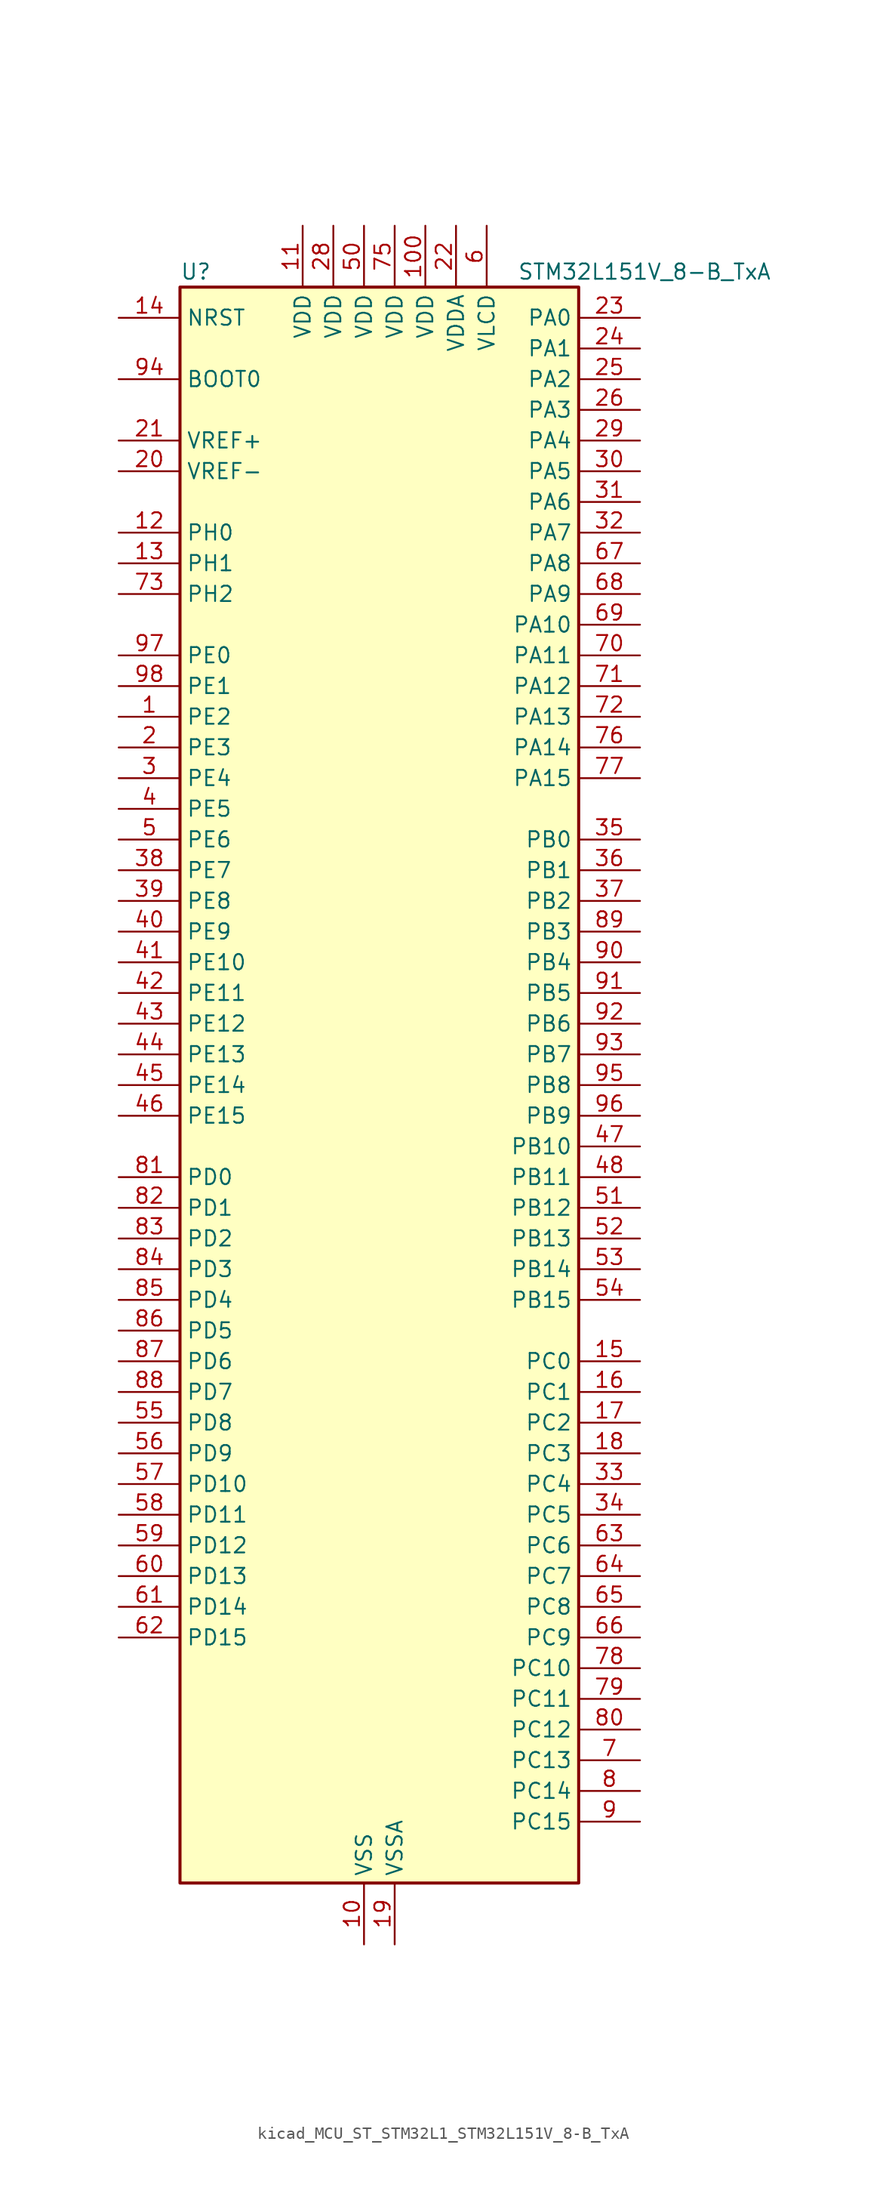
<source format=kicad_sym>
(kicad_symbol_lib
  (version 20220914)
  (generator kicad_symbol_editor)
  (symbol "kicad_MCU_ST_STM32L1_STM32L151V_8-B_TxA"
    (property "Reference" "U"
      (at -15.24 67.31 0)
      (effects (font (size 1.27 1.27)) (justify left)))
    (property "Value" "STM32L151V_8-B_TxA"
      (at 12.7 67.31 0)
      (effects (font (size 1.27 1.27)) (justify left)))
    (property "ki_locked" ""
      (at 0 0 0)
      (effects (font (size 1.27 1.27))))
    (symbol "kicad_MCU_ST_STM32L1_STM32L151V_8-B_TxA_0_1"
      (rectangle (start -15.24 -66.04) (end 17.78 66.04) (stroke (width 0.254) (type default)) (fill (type background))))
    (symbol "kicad_MCU_ST_STM32L1_STM32L151V_8-B_TxA_1_1"
      (pin bidirectional line (at -20.32 30.48 0) (length 5.08) (name "PE2" (effects (font (size 1.27 1.27)))) (number "1" (effects (font (size 1.27 1.27)))) (alternate "SYS_TRACECK" bidirectional line) (alternate "TIM3_ETR" bidirectional line) (alternate "TIMX_IC3" bidirectional line))
      (pin power_in line (at 0 -71.12 90) (length 5.08) (name "VSS" (effects (font (size 1.27 1.27)))) (number "10" (effects (font (size 1.27 1.27)))))
      (pin power_in line (at 5.08 71.12 270) (length 5.08) (name "VDD" (effects (font (size 1.27 1.27)))) (number "100" (effects (font (size 1.27 1.27)))))
      (pin power_in line (at -5.08 71.12 270) (length 5.08) (name "VDD" (effects (font (size 1.27 1.27)))) (number "11" (effects (font (size 1.27 1.27)))))
      (pin bidirectional line (at -20.32 45.72 0) (length 5.08) (name "PH0" (effects (font (size 1.27 1.27)))) (number "12" (effects (font (size 1.27 1.27)))) (alternate "RCC_OSC_IN" bidirectional line))
      (pin bidirectional line (at -20.32 43.18 0) (length 5.08) (name "PH1" (effects (font (size 1.27 1.27)))) (number "13" (effects (font (size 1.27 1.27)))) (alternate "RCC_OSC_OUT" bidirectional line))
      (pin input line (at -20.32 63.5 0) (length 5.08) (name "NRST" (effects (font (size 1.27 1.27)))) (number "14" (effects (font (size 1.27 1.27)))))
      (pin bidirectional line (at 22.86 -22.86 180) (length 5.08) (name "PC0" (effects (font (size 1.27 1.27)))) (number "15" (effects (font (size 1.27 1.27)))) (alternate "ADC_IN10" bidirectional line) (alternate "COMP1_INP" bidirectional line) (alternate "TIMX_IC1" bidirectional line) (alternate "TS_G8_IO1" bidirectional line))
      (pin bidirectional line (at 22.86 -25.4 180) (length 5.08) (name "PC1" (effects (font (size 1.27 1.27)))) (number "16" (effects (font (size 1.27 1.27)))) (alternate "ADC_IN11" bidirectional line) (alternate "COMP1_INP" bidirectional line) (alternate "TIMX_IC2" bidirectional line) (alternate "TS_G8_IO2" bidirectional line))
      (pin bidirectional line (at 22.86 -27.94 180) (length 5.08) (name "PC2" (effects (font (size 1.27 1.27)))) (number "17" (effects (font (size 1.27 1.27)))) (alternate "ADC_IN12" bidirectional line) (alternate "COMP1_INP" bidirectional line) (alternate "TIMX_IC3" bidirectional line) (alternate "TS_G8_IO3" bidirectional line))
      (pin bidirectional line (at 22.86 -30.48 180) (length 5.08) (name "PC3" (effects (font (size 1.27 1.27)))) (number "18" (effects (font (size 1.27 1.27)))) (alternate "ADC_IN13" bidirectional line) (alternate "COMP1_INP" bidirectional line) (alternate "TIMX_IC4" bidirectional line) (alternate "TS_G8_IO4" bidirectional line))
      (pin power_in line (at 2.54 -71.12 90) (length 5.08) (name "VSSA" (effects (font (size 1.27 1.27)))) (number "19" (effects (font (size 1.27 1.27)))))
      (pin bidirectional line (at -20.32 27.94 0) (length 5.08) (name "PE3" (effects (font (size 1.27 1.27)))) (number "2" (effects (font (size 1.27 1.27)))) (alternate "SYS_TRACED0" bidirectional line) (alternate "TIM3_CH1" bidirectional line) (alternate "TIMX_IC4" bidirectional line))
      (pin input line (at -20.32 50.8 0) (length 5.08) (name "VREF-" (effects (font (size 1.27 1.27)))) (number "20" (effects (font (size 1.27 1.27)))))
      (pin input line (at -20.32 53.34 0) (length 5.08) (name "VREF+" (effects (font (size 1.27 1.27)))) (number "21" (effects (font (size 1.27 1.27)))))
      (pin power_in line (at 7.62 71.12 270) (length 5.08) (name "VDDA" (effects (font (size 1.27 1.27)))) (number "22" (effects (font (size 1.27 1.27)))))
      (pin bidirectional line (at 22.86 63.5 180) (length 5.08) (name "PA0" (effects (font (size 1.27 1.27)))) (number "23" (effects (font (size 1.27 1.27)))) (alternate "ADC_IN0" bidirectional line) (alternate "COMP1_INP" bidirectional line) (alternate "RTC_TAMP2" bidirectional line) (alternate "SYS_WKUP1" bidirectional line) (alternate "TIM2_CH1" bidirectional line) (alternate "TIM2_ETR" bidirectional line) (alternate "TIMX_IC1" bidirectional line) (alternate "TS_G1_IO1" bidirectional line) (alternate "USART2_CTS" bidirectional line))
      (pin bidirectional line (at 22.86 60.96 180) (length 5.08) (name "PA1" (effects (font (size 1.27 1.27)))) (number "24" (effects (font (size 1.27 1.27)))) (alternate "ADC_IN1" bidirectional line) (alternate "COMP1_INP" bidirectional line) (alternate "TIM2_CH2" bidirectional line) (alternate "TIMX_IC2" bidirectional line) (alternate "TS_G1_IO2" bidirectional line) (alternate "USART2_RTS" bidirectional line))
      (pin bidirectional line (at 22.86 58.42 180) (length 5.08) (name "PA2" (effects (font (size 1.27 1.27)))) (number "25" (effects (font (size 1.27 1.27)))) (alternate "ADC_IN2" bidirectional line) (alternate "COMP1_INP" bidirectional line) (alternate "TIM2_CH3" bidirectional line) (alternate "TIM9_CH1" bidirectional line) (alternate "TIMX_IC3" bidirectional line) (alternate "TS_G1_IO3" bidirectional line) (alternate "USART2_TX" bidirectional line))
      (pin bidirectional line (at 22.86 55.88 180) (length 5.08) (name "PA3" (effects (font (size 1.27 1.27)))) (number "26" (effects (font (size 1.27 1.27)))) (alternate "ADC_IN3" bidirectional line) (alternate "COMP1_INP" bidirectional line) (alternate "TIM2_CH4" bidirectional line) (alternate "TIM9_CH2" bidirectional line) (alternate "TIMX_IC4" bidirectional line) (alternate "TS_G1_IO4" bidirectional line) (alternate "USART2_RX" bidirectional line))
      (pin passive line (at 0 -71.12 90) (length 5.08) hide (name "VSS" (effects (font (size 1.27 1.27)))) (number "27" (effects (font (size 1.27 1.27)))))
      (pin power_in line (at -2.54 71.12 270) (length 5.08) (name "VDD" (effects (font (size 1.27 1.27)))) (number "28" (effects (font (size 1.27 1.27)))))
      (pin bidirectional line (at 22.86 53.34 180) (length 5.08) (name "PA4" (effects (font (size 1.27 1.27)))) (number "29" (effects (font (size 1.27 1.27)))) (alternate "ADC_IN4" bidirectional line) (alternate "COMP1_INP" bidirectional line) (alternate "DAC_OUT1" bidirectional line) (alternate "SPI1_NSS" bidirectional line) (alternate "TIMX_IC1" bidirectional line) (alternate "USART2_CK" bidirectional line))
      (pin bidirectional line (at -20.32 25.4 0) (length 5.08) (name "PE4" (effects (font (size 1.27 1.27)))) (number "3" (effects (font (size 1.27 1.27)))) (alternate "SYS_TRACED1" bidirectional line) (alternate "TIM3_CH2" bidirectional line) (alternate "TIMX_IC1" bidirectional line))
      (pin bidirectional line (at 22.86 50.8 180) (length 5.08) (name "PA5" (effects (font (size 1.27 1.27)))) (number "30" (effects (font (size 1.27 1.27)))) (alternate "ADC_IN5" bidirectional line) (alternate "COMP1_INP" bidirectional line) (alternate "DAC_OUT2" bidirectional line) (alternate "SPI1_SCK" bidirectional line) (alternate "TIM2_CH1" bidirectional line) (alternate "TIM2_ETR" bidirectional line) (alternate "TIMX_IC2" bidirectional line))
      (pin bidirectional line (at 22.86 48.26 180) (length 5.08) (name "PA6" (effects (font (size 1.27 1.27)))) (number "31" (effects (font (size 1.27 1.27)))) (alternate "ADC_IN6" bidirectional line) (alternate "COMP1_INP" bidirectional line) (alternate "SPI1_MISO" bidirectional line) (alternate "TIM10_CH1" bidirectional line) (alternate "TIM3_CH1" bidirectional line) (alternate "TIMX_IC3" bidirectional line) (alternate "TS_G2_IO1" bidirectional line))
      (pin bidirectional line (at 22.86 45.72 180) (length 5.08) (name "PA7" (effects (font (size 1.27 1.27)))) (number "32" (effects (font (size 1.27 1.27)))) (alternate "ADC_IN7" bidirectional line) (alternate "COMP1_INP" bidirectional line) (alternate "SPI1_MOSI" bidirectional line) (alternate "TIM11_CH1" bidirectional line) (alternate "TIM3_CH2" bidirectional line) (alternate "TIMX_IC4" bidirectional line) (alternate "TS_G2_IO2" bidirectional line))
      (pin bidirectional line (at 22.86 -33.02 180) (length 5.08) (name "PC4" (effects (font (size 1.27 1.27)))) (number "33" (effects (font (size 1.27 1.27)))) (alternate "ADC_IN14" bidirectional line) (alternate "COMP1_INP" bidirectional line) (alternate "TIMX_IC1" bidirectional line) (alternate "TS_G9_IO1" bidirectional line))
      (pin bidirectional line (at 22.86 -35.56 180) (length 5.08) (name "PC5" (effects (font (size 1.27 1.27)))) (number "34" (effects (font (size 1.27 1.27)))) (alternate "ADC_IN15" bidirectional line) (alternate "COMP1_INP" bidirectional line) (alternate "TIMX_IC2" bidirectional line) (alternate "TS_G9_IO2" bidirectional line))
      (pin bidirectional line (at 22.86 20.32 180) (length 5.08) (name "PB0" (effects (font (size 1.27 1.27)))) (number "35" (effects (font (size 1.27 1.27)))) (alternate "ADC_IN8" bidirectional line) (alternate "COMP1_INP" bidirectional line) (alternate "SYS_V_REF_OUT" bidirectional line) (alternate "TIM3_CH3" bidirectional line) (alternate "TS_G3_IO1" bidirectional line))
      (pin bidirectional line (at 22.86 17.78 180) (length 5.08) (name "PB1" (effects (font (size 1.27 1.27)))) (number "36" (effects (font (size 1.27 1.27)))) (alternate "ADC_IN9" bidirectional line) (alternate "COMP1_INP" bidirectional line) (alternate "SYS_V_REF_OUT" bidirectional line) (alternate "TIM3_CH4" bidirectional line) (alternate "TS_G3_IO2" bidirectional line))
      (pin bidirectional line (at 22.86 15.24 180) (length 5.08) (name "PB2" (effects (font (size 1.27 1.27)))) (number "37" (effects (font (size 1.27 1.27)))) (alternate "TS_G3_IO3" bidirectional line))
      (pin bidirectional line (at -20.32 17.78 0) (length 5.08) (name "PE7" (effects (font (size 1.27 1.27)))) (number "38" (effects (font (size 1.27 1.27)))) (alternate "ADC_IN22" bidirectional line) (alternate "COMP1_INP" bidirectional line) (alternate "TIMX_IC4" bidirectional line))
      (pin bidirectional line (at -20.32 15.24 0) (length 5.08) (name "PE8" (effects (font (size 1.27 1.27)))) (number "39" (effects (font (size 1.27 1.27)))) (alternate "ADC_IN23" bidirectional line) (alternate "COMP1_INP" bidirectional line) (alternate "TIMX_IC1" bidirectional line))
      (pin bidirectional line (at -20.32 22.86 0) (length 5.08) (name "PE5" (effects (font (size 1.27 1.27)))) (number "4" (effects (font (size 1.27 1.27)))) (alternate "SYS_TRACED2" bidirectional line) (alternate "TIM9_CH1" bidirectional line) (alternate "TIMX_IC2" bidirectional line))
      (pin bidirectional line (at -20.32 12.7 0) (length 5.08) (name "PE9" (effects (font (size 1.27 1.27)))) (number "40" (effects (font (size 1.27 1.27)))) (alternate "ADC_IN24" bidirectional line) (alternate "COMP1_INP" bidirectional line) (alternate "DAC_EXTI9" bidirectional line) (alternate "TIM2_CH1" bidirectional line) (alternate "TIM2_ETR" bidirectional line) (alternate "TIMX_IC2" bidirectional line))
      (pin bidirectional line (at -20.32 10.16 0) (length 5.08) (name "PE10" (effects (font (size 1.27 1.27)))) (number "41" (effects (font (size 1.27 1.27)))) (alternate "ADC_IN25" bidirectional line) (alternate "COMP1_INP" bidirectional line) (alternate "TIM2_CH2" bidirectional line) (alternate "TIMX_IC3" bidirectional line))
      (pin bidirectional line (at -20.32 7.62 0) (length 5.08) (name "PE11" (effects (font (size 1.27 1.27)))) (number "42" (effects (font (size 1.27 1.27)))) (alternate "ADC_EXTI11" bidirectional line) (alternate "TIM2_CH3" bidirectional line) (alternate "TIMX_IC4" bidirectional line))
      (pin bidirectional line (at -20.32 5.08 0) (length 5.08) (name "PE12" (effects (font (size 1.27 1.27)))) (number "43" (effects (font (size 1.27 1.27)))) (alternate "SPI1_NSS" bidirectional line) (alternate "TIM2_CH4" bidirectional line) (alternate "TIMX_IC1" bidirectional line))
      (pin bidirectional line (at -20.32 2.54 0) (length 5.08) (name "PE13" (effects (font (size 1.27 1.27)))) (number "44" (effects (font (size 1.27 1.27)))) (alternate "SPI1_SCK" bidirectional line) (alternate "TIMX_IC2" bidirectional line))
      (pin bidirectional line (at -20.32 0 0) (length 5.08) (name "PE14" (effects (font (size 1.27 1.27)))) (number "45" (effects (font (size 1.27 1.27)))) (alternate "SPI1_MISO" bidirectional line) (alternate "TIMX_IC3" bidirectional line))
      (pin bidirectional line (at -20.32 -2.54 0) (length 5.08) (name "PE15" (effects (font (size 1.27 1.27)))) (number "46" (effects (font (size 1.27 1.27)))) (alternate "ADC_EXTI15" bidirectional line) (alternate "SPI1_MOSI" bidirectional line) (alternate "TIMX_IC4" bidirectional line))
      (pin bidirectional line (at 22.86 -5.08 180) (length 5.08) (name "PB10" (effects (font (size 1.27 1.27)))) (number "47" (effects (font (size 1.27 1.27)))) (alternate "I2C2_SCL" bidirectional line) (alternate "TIM2_CH3" bidirectional line) (alternate "USART3_TX" bidirectional line))
      (pin bidirectional line (at 22.86 -7.62 180) (length 5.08) (name "PB11" (effects (font (size 1.27 1.27)))) (number "48" (effects (font (size 1.27 1.27)))) (alternate "ADC_EXTI11" bidirectional line) (alternate "I2C2_SDA" bidirectional line) (alternate "TIM2_CH4" bidirectional line) (alternate "USART3_RX" bidirectional line))
      (pin passive line (at 0 -71.12 90) (length 5.08) hide (name "VSS" (effects (font (size 1.27 1.27)))) (number "49" (effects (font (size 1.27 1.27)))))
      (pin bidirectional line (at -20.32 20.32 0) (length 5.08) (name "PE6" (effects (font (size 1.27 1.27)))) (number "5" (effects (font (size 1.27 1.27)))) (alternate "RTC_TAMP3" bidirectional line) (alternate "SYS_TRACED3" bidirectional line) (alternate "SYS_WKUP3" bidirectional line) (alternate "TIM9_CH2" bidirectional line) (alternate "TIMX_IC3" bidirectional line))
      (pin power_in line (at 0 71.12 270) (length 5.08) (name "VDD" (effects (font (size 1.27 1.27)))) (number "50" (effects (font (size 1.27 1.27)))))
      (pin bidirectional line (at 22.86 -10.16 180) (length 5.08) (name "PB12" (effects (font (size 1.27 1.27)))) (number "51" (effects (font (size 1.27 1.27)))) (alternate "ADC_IN18" bidirectional line) (alternate "COMP1_INP" bidirectional line) (alternate "I2C2_SMBA" bidirectional line) (alternate "SPI2_NSS" bidirectional line) (alternate "TIM10_CH1" bidirectional line) (alternate "TS_G7_IO1" bidirectional line) (alternate "USART3_CK" bidirectional line))
      (pin bidirectional line (at 22.86 -12.7 180) (length 5.08) (name "PB13" (effects (font (size 1.27 1.27)))) (number "52" (effects (font (size 1.27 1.27)))) (alternate "ADC_IN19" bidirectional line) (alternate "COMP1_INP" bidirectional line) (alternate "SPI2_SCK" bidirectional line) (alternate "TIM9_CH1" bidirectional line) (alternate "TS_G7_IO2" bidirectional line) (alternate "USART3_CTS" bidirectional line))
      (pin bidirectional line (at 22.86 -15.24 180) (length 5.08) (name "PB14" (effects (font (size 1.27 1.27)))) (number "53" (effects (font (size 1.27 1.27)))) (alternate "ADC_IN20" bidirectional line) (alternate "COMP1_INP" bidirectional line) (alternate "SPI2_MISO" bidirectional line) (alternate "TIM9_CH2" bidirectional line) (alternate "TS_G7_IO3" bidirectional line) (alternate "USART3_RTS" bidirectional line))
      (pin bidirectional line (at 22.86 -17.78 180) (length 5.08) (name "PB15" (effects (font (size 1.27 1.27)))) (number "54" (effects (font (size 1.27 1.27)))) (alternate "ADC_EXTI15" bidirectional line) (alternate "ADC_IN21" bidirectional line) (alternate "COMP1_INP" bidirectional line) (alternate "RTC_REFIN" bidirectional line) (alternate "SPI2_MOSI" bidirectional line) (alternate "TIM11_CH1" bidirectional line) (alternate "TS_G7_IO4" bidirectional line))
      (pin bidirectional line (at -20.32 -27.94 0) (length 5.08) (name "PD8" (effects (font (size 1.27 1.27)))) (number "55" (effects (font (size 1.27 1.27)))) (alternate "TIMX_IC1" bidirectional line) (alternate "USART3_TX" bidirectional line))
      (pin bidirectional line (at -20.32 -30.48 0) (length 5.08) (name "PD9" (effects (font (size 1.27 1.27)))) (number "56" (effects (font (size 1.27 1.27)))) (alternate "DAC_EXTI9" bidirectional line) (alternate "TIMX_IC2" bidirectional line) (alternate "USART3_RX" bidirectional line))
      (pin bidirectional line (at -20.32 -33.02 0) (length 5.08) (name "PD10" (effects (font (size 1.27 1.27)))) (number "57" (effects (font (size 1.27 1.27)))) (alternate "TIMX_IC3" bidirectional line) (alternate "USART3_CK" bidirectional line))
      (pin bidirectional line (at -20.32 -35.56 0) (length 5.08) (name "PD11" (effects (font (size 1.27 1.27)))) (number "58" (effects (font (size 1.27 1.27)))) (alternate "ADC_EXTI11" bidirectional line) (alternate "TIMX_IC4" bidirectional line) (alternate "USART3_CTS" bidirectional line))
      (pin bidirectional line (at -20.32 -38.1 0) (length 5.08) (name "PD12" (effects (font (size 1.27 1.27)))) (number "59" (effects (font (size 1.27 1.27)))) (alternate "TIM4_CH1" bidirectional line) (alternate "TIMX_IC1" bidirectional line) (alternate "USART3_RTS" bidirectional line))
      (pin power_in line (at 10.16 71.12 270) (length 5.08) (name "VLCD" (effects (font (size 1.27 1.27)))) (number "6" (effects (font (size 1.27 1.27)))))
      (pin bidirectional line (at -20.32 -40.64 0) (length 5.08) (name "PD13" (effects (font (size 1.27 1.27)))) (number "60" (effects (font (size 1.27 1.27)))) (alternate "TIM4_CH2" bidirectional line) (alternate "TIMX_IC2" bidirectional line))
      (pin bidirectional line (at -20.32 -43.18 0) (length 5.08) (name "PD14" (effects (font (size 1.27 1.27)))) (number "61" (effects (font (size 1.27 1.27)))) (alternate "TIM4_CH3" bidirectional line) (alternate "TIMX_IC3" bidirectional line))
      (pin bidirectional line (at -20.32 -45.72 0) (length 5.08) (name "PD15" (effects (font (size 1.27 1.27)))) (number "62" (effects (font (size 1.27 1.27)))) (alternate "ADC_EXTI15" bidirectional line) (alternate "TIM4_CH4" bidirectional line) (alternate "TIMX_IC4" bidirectional line))
      (pin bidirectional line (at 22.86 -38.1 180) (length 5.08) (name "PC6" (effects (font (size 1.27 1.27)))) (number "63" (effects (font (size 1.27 1.27)))) (alternate "TIM3_CH1" bidirectional line) (alternate "TIMX_IC3" bidirectional line) (alternate "TS_G10_IO1" bidirectional line))
      (pin bidirectional line (at 22.86 -40.64 180) (length 5.08) (name "PC7" (effects (font (size 1.27 1.27)))) (number "64" (effects (font (size 1.27 1.27)))) (alternate "TIM3_CH2" bidirectional line) (alternate "TIMX_IC4" bidirectional line) (alternate "TS_G10_IO2" bidirectional line))
      (pin bidirectional line (at 22.86 -43.18 180) (length 5.08) (name "PC8" (effects (font (size 1.27 1.27)))) (number "65" (effects (font (size 1.27 1.27)))) (alternate "TIM3_CH3" bidirectional line) (alternate "TIMX_IC1" bidirectional line) (alternate "TS_G10_IO3" bidirectional line))
      (pin bidirectional line (at 22.86 -45.72 180) (length 5.08) (name "PC9" (effects (font (size 1.27 1.27)))) (number "66" (effects (font (size 1.27 1.27)))) (alternate "DAC_EXTI9" bidirectional line) (alternate "TIM3_CH4" bidirectional line) (alternate "TIMX_IC2" bidirectional line) (alternate "TS_G10_IO4" bidirectional line))
      (pin bidirectional line (at 22.86 43.18 180) (length 5.08) (name "PA8" (effects (font (size 1.27 1.27)))) (number "67" (effects (font (size 1.27 1.27)))) (alternate "RCC_MCO" bidirectional line) (alternate "TIMX_IC1" bidirectional line) (alternate "TS_G4_IO1" bidirectional line) (alternate "USART1_CK" bidirectional line))
      (pin bidirectional line (at 22.86 40.64 180) (length 5.08) (name "PA9" (effects (font (size 1.27 1.27)))) (number "68" (effects (font (size 1.27 1.27)))) (alternate "DAC_EXTI9" bidirectional line) (alternate "TIMX_IC2" bidirectional line) (alternate "TS_G4_IO2" bidirectional line) (alternate "USART1_TX" bidirectional line))
      (pin bidirectional line (at 22.86 38.1 180) (length 5.08) (name "PA10" (effects (font (size 1.27 1.27)))) (number "69" (effects (font (size 1.27 1.27)))) (alternate "TIMX_IC3" bidirectional line) (alternate "TS_G4_IO3" bidirectional line) (alternate "USART1_RX" bidirectional line))
      (pin bidirectional line (at 22.86 -55.88 180) (length 5.08) (name "PC13" (effects (font (size 1.27 1.27)))) (number "7" (effects (font (size 1.27 1.27)))) (alternate "RTC_OUT_ALARM" bidirectional line) (alternate "RTC_OUT_CALIB" bidirectional line) (alternate "RTC_TAMP1" bidirectional line) (alternate "RTC_TS" bidirectional line) (alternate "SYS_WKUP2" bidirectional line) (alternate "TIMX_IC2" bidirectional line))
      (pin bidirectional line (at 22.86 35.56 180) (length 5.08) (name "PA11" (effects (font (size 1.27 1.27)))) (number "70" (effects (font (size 1.27 1.27)))) (alternate "ADC_EXTI11" bidirectional line) (alternate "SPI1_MISO" bidirectional line) (alternate "TIMX_IC4" bidirectional line) (alternate "USART1_CTS" bidirectional line) (alternate "USB_DM" bidirectional line))
      (pin bidirectional line (at 22.86 33.02 180) (length 5.08) (name "PA12" (effects (font (size 1.27 1.27)))) (number "71" (effects (font (size 1.27 1.27)))) (alternate "SPI1_MOSI" bidirectional line) (alternate "TIMX_IC1" bidirectional line) (alternate "USART1_RTS" bidirectional line) (alternate "USB_DP" bidirectional line))
      (pin bidirectional line (at 22.86 30.48 180) (length 5.08) (name "PA13" (effects (font (size 1.27 1.27)))) (number "72" (effects (font (size 1.27 1.27)))) (alternate "SYS_JTMS-SWDIO" bidirectional line) (alternate "TIMX_IC2" bidirectional line) (alternate "TS_G5_IO1" bidirectional line))
      (pin bidirectional line (at -20.32 40.64 0) (length 5.08) (name "PH2" (effects (font (size 1.27 1.27)))) (number "73" (effects (font (size 1.27 1.27)))))
      (pin passive line (at 0 -71.12 90) (length 5.08) hide (name "VSS" (effects (font (size 1.27 1.27)))) (number "74" (effects (font (size 1.27 1.27)))))
      (pin power_in line (at 2.54 71.12 270) (length 5.08) (name "VDD" (effects (font (size 1.27 1.27)))) (number "75" (effects (font (size 1.27 1.27)))))
      (pin bidirectional line (at 22.86 27.94 180) (length 5.08) (name "PA14" (effects (font (size 1.27 1.27)))) (number "76" (effects (font (size 1.27 1.27)))) (alternate "SYS_JTCK-SWCLK" bidirectional line) (alternate "TIMX_IC3" bidirectional line) (alternate "TS_G5_IO2" bidirectional line))
      (pin bidirectional line (at 22.86 25.4 180) (length 5.08) (name "PA15" (effects (font (size 1.27 1.27)))) (number "77" (effects (font (size 1.27 1.27)))) (alternate "ADC_EXTI15" bidirectional line) (alternate "SPI1_NSS" bidirectional line) (alternate "SYS_JTDI" bidirectional line) (alternate "TIM2_CH1" bidirectional line) (alternate "TIM2_ETR" bidirectional line) (alternate "TIMX_IC4" bidirectional line) (alternate "TS_G5_IO3" bidirectional line))
      (pin bidirectional line (at 22.86 -48.26 180) (length 5.08) (name "PC10" (effects (font (size 1.27 1.27)))) (number "78" (effects (font (size 1.27 1.27)))) (alternate "TIMX_IC3" bidirectional line) (alternate "USART3_TX" bidirectional line))
      (pin bidirectional line (at 22.86 -50.8 180) (length 5.08) (name "PC11" (effects (font (size 1.27 1.27)))) (number "79" (effects (font (size 1.27 1.27)))) (alternate "ADC_EXTI11" bidirectional line) (alternate "TIMX_IC4" bidirectional line) (alternate "USART3_RX" bidirectional line))
      (pin bidirectional line (at 22.86 -58.42 180) (length 5.08) (name "PC14" (effects (font (size 1.27 1.27)))) (number "8" (effects (font (size 1.27 1.27)))) (alternate "RCC_OSC32_IN" bidirectional line) (alternate "TIMX_IC3" bidirectional line))
      (pin bidirectional line (at 22.86 -53.34 180) (length 5.08) (name "PC12" (effects (font (size 1.27 1.27)))) (number "80" (effects (font (size 1.27 1.27)))) (alternate "TIMX_IC1" bidirectional line) (alternate "USART3_CK" bidirectional line))
      (pin bidirectional line (at -20.32 -7.62 0) (length 5.08) (name "PD0" (effects (font (size 1.27 1.27)))) (number "81" (effects (font (size 1.27 1.27)))) (alternate "SPI2_NSS" bidirectional line) (alternate "TIM9_CH1" bidirectional line) (alternate "TIMX_IC1" bidirectional line))
      (pin bidirectional line (at -20.32 -10.16 0) (length 5.08) (name "PD1" (effects (font (size 1.27 1.27)))) (number "82" (effects (font (size 1.27 1.27)))) (alternate "SPI2_SCK" bidirectional line) (alternate "TIMX_IC2" bidirectional line))
      (pin bidirectional line (at -20.32 -12.7 0) (length 5.08) (name "PD2" (effects (font (size 1.27 1.27)))) (number "83" (effects (font (size 1.27 1.27)))) (alternate "TIM3_ETR" bidirectional line) (alternate "TIMX_IC3" bidirectional line))
      (pin bidirectional line (at -20.32 -15.24 0) (length 5.08) (name "PD3" (effects (font (size 1.27 1.27)))) (number "84" (effects (font (size 1.27 1.27)))) (alternate "SPI2_MISO" bidirectional line) (alternate "TIMX_IC4" bidirectional line) (alternate "USART2_CTS" bidirectional line))
      (pin bidirectional line (at -20.32 -17.78 0) (length 5.08) (name "PD4" (effects (font (size 1.27 1.27)))) (number "85" (effects (font (size 1.27 1.27)))) (alternate "SPI2_MOSI" bidirectional line) (alternate "TIMX_IC1" bidirectional line) (alternate "USART2_RTS" bidirectional line))
      (pin bidirectional line (at -20.32 -20.32 0) (length 5.08) (name "PD5" (effects (font (size 1.27 1.27)))) (number "86" (effects (font (size 1.27 1.27)))) (alternate "TIMX_IC2" bidirectional line) (alternate "USART2_TX" bidirectional line))
      (pin bidirectional line (at -20.32 -22.86 0) (length 5.08) (name "PD6" (effects (font (size 1.27 1.27)))) (number "87" (effects (font (size 1.27 1.27)))) (alternate "TIMX_IC3" bidirectional line) (alternate "USART2_RX" bidirectional line))
      (pin bidirectional line (at -20.32 -25.4 0) (length 5.08) (name "PD7" (effects (font (size 1.27 1.27)))) (number "88" (effects (font (size 1.27 1.27)))) (alternate "TIM9_CH2" bidirectional line) (alternate "TIMX_IC4" bidirectional line) (alternate "USART2_CK" bidirectional line))
      (pin bidirectional line (at 22.86 12.7 180) (length 5.08) (name "PB3" (effects (font (size 1.27 1.27)))) (number "89" (effects (font (size 1.27 1.27)))) (alternate "COMP2_INM" bidirectional line) (alternate "SPI1_SCK" bidirectional line) (alternate "SYS_JTDO-TRACESWO" bidirectional line) (alternate "TIM2_CH2" bidirectional line))
      (pin bidirectional line (at 22.86 -60.96 180) (length 5.08) (name "PC15" (effects (font (size 1.27 1.27)))) (number "9" (effects (font (size 1.27 1.27)))) (alternate "ADC_EXTI15" bidirectional line) (alternate "RCC_OSC32_OUT" bidirectional line) (alternate "TIMX_IC4" bidirectional line))
      (pin bidirectional line (at 22.86 10.16 180) (length 5.08) (name "PB4" (effects (font (size 1.27 1.27)))) (number "90" (effects (font (size 1.27 1.27)))) (alternate "COMP2_INP" bidirectional line) (alternate "SPI1_MISO" bidirectional line) (alternate "SYS_JTRST" bidirectional line) (alternate "TIM3_CH1" bidirectional line) (alternate "TS_G6_IO1" bidirectional line))
      (pin bidirectional line (at 22.86 7.62 180) (length 5.08) (name "PB5" (effects (font (size 1.27 1.27)))) (number "91" (effects (font (size 1.27 1.27)))) (alternate "COMP2_INP" bidirectional line) (alternate "I2C1_SMBA" bidirectional line) (alternate "SPI1_MOSI" bidirectional line) (alternate "TIM3_CH2" bidirectional line) (alternate "TS_G6_IO2" bidirectional line))
      (pin bidirectional line (at 22.86 5.08 180) (length 5.08) (name "PB6" (effects (font (size 1.27 1.27)))) (number "92" (effects (font (size 1.27 1.27)))) (alternate "I2C1_SCL" bidirectional line) (alternate "TIM4_CH1" bidirectional line) (alternate "TS_G6_IO3" bidirectional line) (alternate "USART1_TX" bidirectional line))
      (pin bidirectional line (at 22.86 2.54 180) (length 5.08) (name "PB7" (effects (font (size 1.27 1.27)))) (number "93" (effects (font (size 1.27 1.27)))) (alternate "I2C1_SDA" bidirectional line) (alternate "SYS_PVD_IN" bidirectional line) (alternate "TIM4_CH2" bidirectional line) (alternate "TS_G6_IO4" bidirectional line) (alternate "USART1_RX" bidirectional line))
      (pin input line (at -20.32 58.42 0) (length 5.08) (name "BOOT0" (effects (font (size 1.27 1.27)))) (number "94" (effects (font (size 1.27 1.27)))))
      (pin bidirectional line (at 22.86 0 180) (length 5.08) (name "PB8" (effects (font (size 1.27 1.27)))) (number "95" (effects (font (size 1.27 1.27)))) (alternate "I2C1_SCL" bidirectional line) (alternate "TIM10_CH1" bidirectional line) (alternate "TIM4_CH3" bidirectional line))
      (pin bidirectional line (at 22.86 -2.54 180) (length 5.08) (name "PB9" (effects (font (size 1.27 1.27)))) (number "96" (effects (font (size 1.27 1.27)))) (alternate "DAC_EXTI9" bidirectional line) (alternate "I2C1_SDA" bidirectional line) (alternate "TIM11_CH1" bidirectional line) (alternate "TIM4_CH4" bidirectional line))
      (pin bidirectional line (at -20.32 35.56 0) (length 5.08) (name "PE0" (effects (font (size 1.27 1.27)))) (number "97" (effects (font (size 1.27 1.27)))) (alternate "TIM10_CH1" bidirectional line) (alternate "TIM4_ETR" bidirectional line) (alternate "TIMX_IC1" bidirectional line))
      (pin bidirectional line (at -20.32 33.02 0) (length 5.08) (name "PE1" (effects (font (size 1.27 1.27)))) (number "98" (effects (font (size 1.27 1.27)))) (alternate "TIM11_CH1" bidirectional line) (alternate "TIMX_IC2" bidirectional line))
      (pin passive line (at 0 -71.12 90) (length 5.08) hide (name "VSS" (effects (font (size 1.27 1.27)))) (number "99" (effects (font (size 1.27 1.27))))))))
</source>
